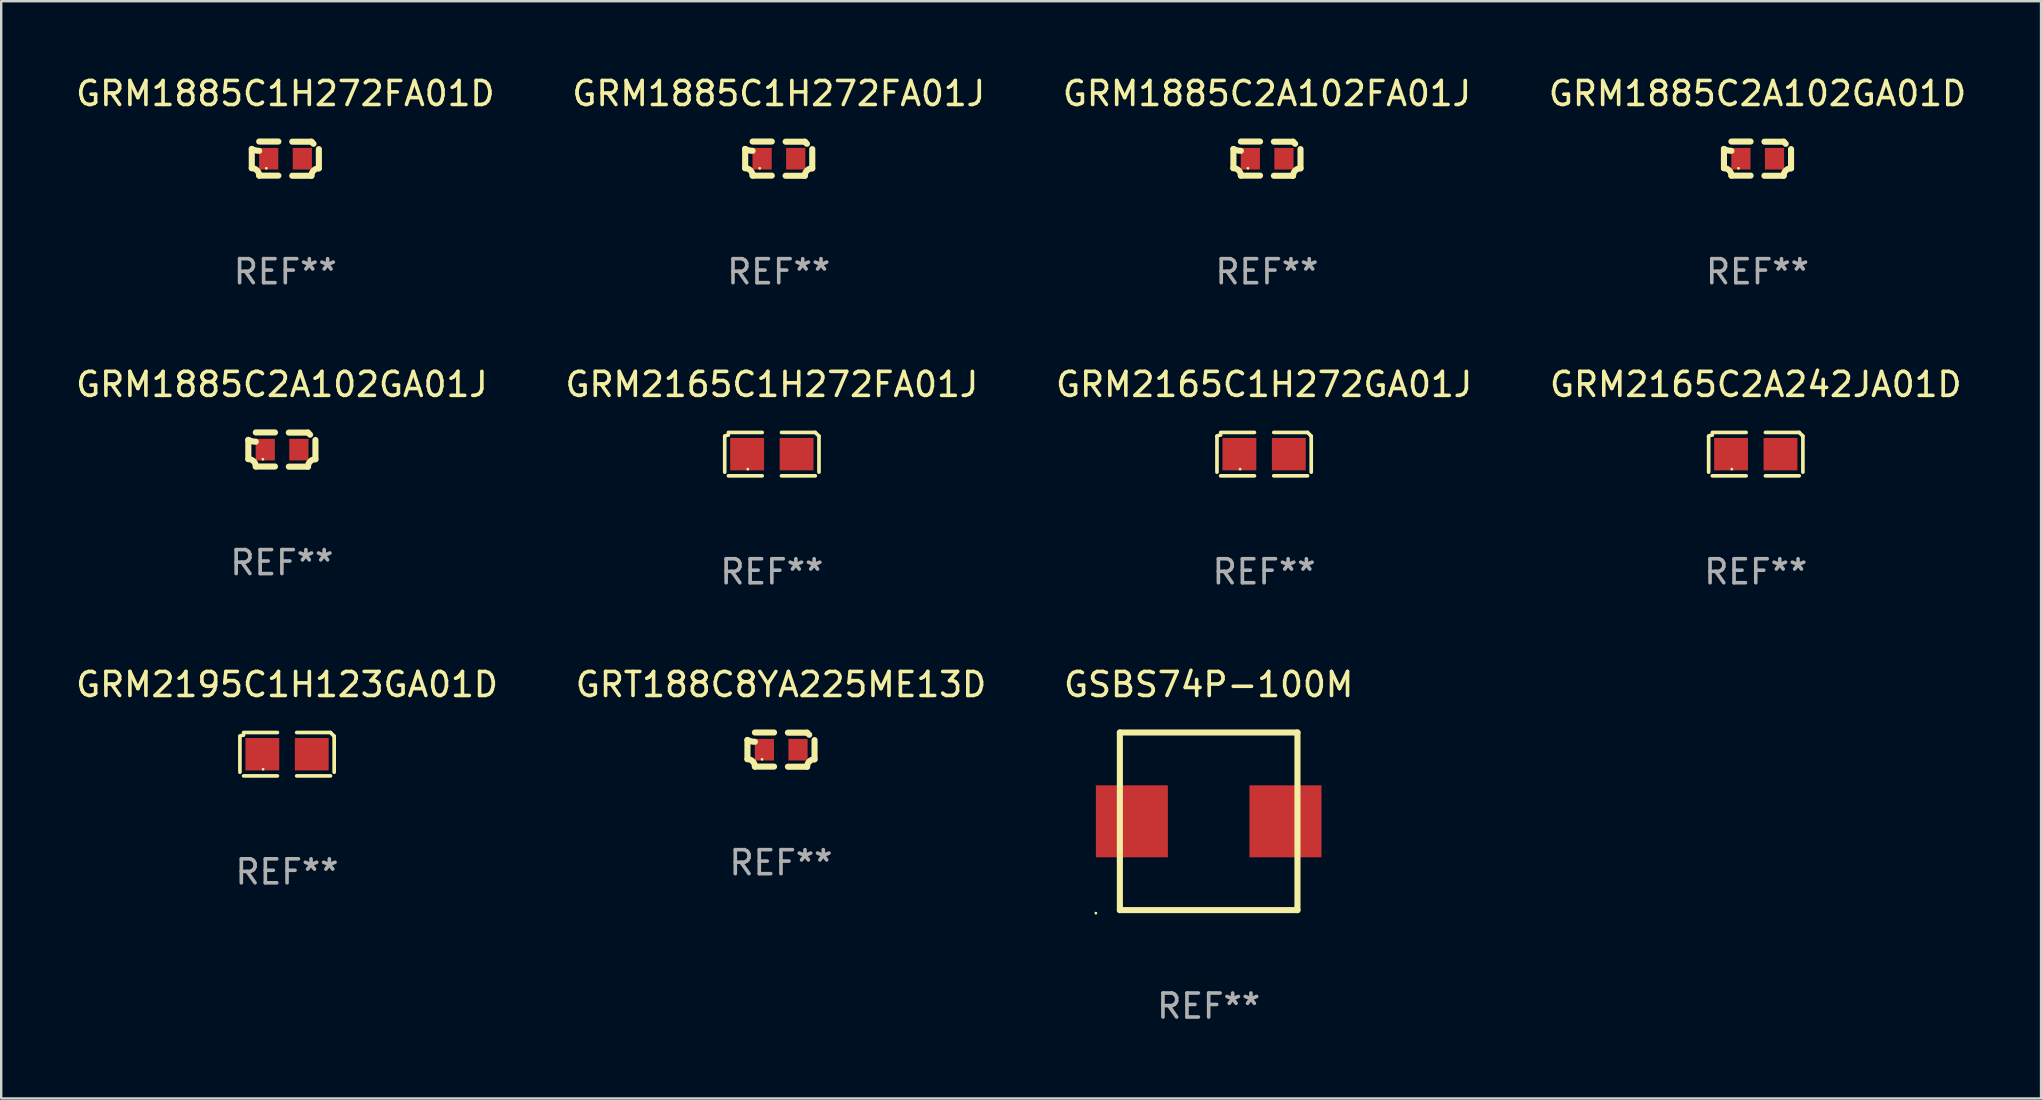
<source format=kicad_pcb>
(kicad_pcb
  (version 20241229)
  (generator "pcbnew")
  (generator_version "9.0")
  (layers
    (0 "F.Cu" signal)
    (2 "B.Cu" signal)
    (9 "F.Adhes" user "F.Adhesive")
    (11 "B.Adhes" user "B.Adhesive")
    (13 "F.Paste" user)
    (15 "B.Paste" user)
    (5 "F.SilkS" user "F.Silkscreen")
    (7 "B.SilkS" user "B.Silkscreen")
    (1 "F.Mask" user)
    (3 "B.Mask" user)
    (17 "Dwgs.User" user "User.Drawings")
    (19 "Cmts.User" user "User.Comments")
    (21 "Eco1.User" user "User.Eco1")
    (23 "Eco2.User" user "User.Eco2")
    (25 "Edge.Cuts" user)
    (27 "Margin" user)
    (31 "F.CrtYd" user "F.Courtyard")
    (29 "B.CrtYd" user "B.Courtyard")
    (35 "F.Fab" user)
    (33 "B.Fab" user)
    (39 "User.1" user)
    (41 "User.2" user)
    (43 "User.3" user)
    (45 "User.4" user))
  (footprint "GRM2165C1H272FA01J"
    (layer "F.Cu")
    (at 29.113 15.874)
    (property "Reference" "GRM2165C1H272FA01J" (at 0 -2.904 0) (layer "F.SilkS") (effects (font (size 1 1) (thickness 0.15))))
    (attr through_hole)
    (fp_line (start -1.964 0.751) (end -1.964 -0.751) (stroke (width 0.152) (type solid)) (layer "F.SilkS"))
    (fp_line (start -1.811 -0.904) (end -0.401 -0.904) (stroke (width 0.152) (type solid)) (layer "F.SilkS"))
    (fp_line (start -0.401 0.904) (end -1.811 0.904) (stroke (width 0.152) (type solid)) (layer "F.SilkS"))
    (fp_line (start 0.401 0.904) (end 1.811 0.904) (stroke (width 0.152) (type solid)) (layer "F.SilkS"))
    (fp_line (start 1.811 -0.904) (end 0.401 -0.904) (stroke (width 0.152) (type solid)) (layer "F.SilkS"))
    (fp_line (start 1.964 0.751) (end 1.964 -0.751) (stroke (width 0.152) (type solid)) (layer "F.SilkS"))
    (fp_arc (start -1.963602 -0.751207) (mid -1.890354 -0.783131) (end -1.811201 -0.794044) (stroke (width 0.1524) (type solid)) (layer "F.SilkS"))
    (fp_arc (start 1.811202 -0.903607) (mid 1.887413 -0.827418) (end 1.963602 -0.751207) (stroke (width 0.1524) (type solid)) (layer "F.SilkS"))
    (fp_circle (center -1 0.625) (end -0.97 0.625) (stroke (width 0.06) (type solid)) (fill no) (layer "F.SilkS"))
    (fp_text user "REF**" (at 0 4.904 0) (layer "F.Fab") (effects (font (size 1 1) (thickness 0.15))))
    (pad "1" smd rect (at -1.03 0) (size 1.41 1.35) (layers "F.Cu" "F.Mask" "F.Paste"))
    (pad "2" smd rect (at 1.03 0) (size 1.41 1.35) (layers "F.Cu" "F.Mask" "F.Paste")))
  (footprint "GRM1885C1H272FA01J"
    (layer "F.Cu")
    (at 29.399 3.561)
    (property "Reference" "GRM1885C1H272FA01J" (at 0 -2.713 0) (layer "F.SilkS") (effects (font (size 1 1) (thickness 0.15))))
    (attr through_hole)
    (fp_line (start -1.398 -0.403) (end -1.398 0.397) (stroke (width 0.254) (type solid)) (layer "F.SilkS"))
    (fp_line (start -0.288 -0.713) (end -1.088 -0.713) (stroke (width 0.254) (type solid)) (layer "F.SilkS"))
    (fp_line (start -0.288 0.707) (end -1.088 0.707) (stroke (width 0.254) (type solid)) (layer "F.SilkS"))
    (fp_line (start 0.288 -0.707) (end 1.088 -0.707) (stroke (width 0.254) (type solid)) (layer "F.SilkS"))
    (fp_line (start 0.288 0.713) (end 1.088 0.713) (stroke (width 0.254) (type solid)) (layer "F.SilkS"))
    (fp_line (start 1.398 -0.397) (end 1.398 0.403) (stroke (width 0.254) (type solid)) (layer "F.SilkS"))
    (fp_arc (start -1.397789 0.397066) (mid -1.178701 0.487826) (end -1.08796 0.706922) (stroke (width 0.254001) (type solid)) (layer "F.SilkS"))
    (fp_arc (start -1.08796 -0.327176) (mid -1.247436 -0.346384) (end -1.39779 -0.402908) (stroke (width 0.254001) (type solid)) (layer "F.SilkS"))
    (fp_arc (start 1.087909 0.712738) (mid 1.178656 0.493655) (end 1.397739 0.402908) (stroke (width 0.254001) (type solid)) (layer "F.SilkS"))
    (fp_arc (start 1.175925 -0.618926) (mid 1.131917 -0.662923) (end 1.08791 -0.706922) (stroke (width 0.254001) (type solid)) (layer "F.SilkS"))
    (fp_circle (center -0.792 0.403) (end -0.762 0.403) (stroke (width 0.06) (type solid)) (fill no) (layer "F.SilkS"))
    (fp_text user "REF**" (at 0 4.713 0) (layer "F.Fab") (effects (font (size 1 1) (thickness 0.15))))
    (pad "1" smd rect (at -0.692 0.003) (size 0.8 0.9) (layers "F.Cu" "F.Mask" "F.Paste"))
    (pad "2" smd rect (at 0.708 0.003) (size 0.8 0.9) (layers "F.Cu" "F.Mask" "F.Paste")))
  (footprint "GSBS74P-100M"
    (layer "F.Cu")
    (at 47.315 31.174)
    (property "Reference" "GSBS74P-100M" (at 0 -5.7 0) (layer "F.SilkS") (effects (font (size 1 1) (thickness 0.15))))
    (attr through_hole)
    (fp_line (start -3.7 -3.7) (end 3.7 -3.7) (stroke (width 0.254) (type solid)) (layer "F.SilkS"))
    (fp_line (start -3.7 3.7) (end -3.7 -3.7) (stroke (width 0.254) (type solid)) (layer "F.SilkS"))
    (fp_line (start -3.7 3.7) (end 3.7 3.7) (stroke (width 0.254) (type solid)) (layer "F.SilkS"))
    (fp_line (start 3.7 3.7) (end 3.7 -3.7) (stroke (width 0.254) (type solid)) (layer "F.SilkS"))
    (fp_circle (center -4.7 3.827) (end -4.67 3.827) (stroke (width 0.06) (type solid)) (fill no) (layer "F.SilkS"))
    (fp_text user "REF**" (at 0 7.7 0) (layer "F.Fab") (effects (font (size 1 1) (thickness 0.15))))
    (pad "1" smd rect (at -3.2 0) (size 3 3) (layers "F.Cu" "F.Mask" "F.Paste"))
    (pad "2" smd rect (at 3.2 0) (size 3 3) (layers "F.Cu" "F.Mask" "F.Paste")))
  (footprint "GRM1885C2A102GA01J"
    (layer "F.Cu")
    (at 8.696 15.683)
    (property "Reference" "GRM1885C2A102GA01J" (at 0 -2.713 0) (layer "F.SilkS") (effects (font (size 1 1) (thickness 0.15))))
    (attr through_hole)
    (fp_line (start -1.398 -0.403) (end -1.398 0.397) (stroke (width 0.254) (type solid)) (layer "F.SilkS"))
    (fp_line (start -0.288 -0.713) (end -1.088 -0.713) (stroke (width 0.254) (type solid)) (layer "F.SilkS"))
    (fp_line (start -0.288 0.707) (end -1.088 0.707) (stroke (width 0.254) (type solid)) (layer "F.SilkS"))
    (fp_line (start 0.288 -0.707) (end 1.088 -0.707) (stroke (width 0.254) (type solid)) (layer "F.SilkS"))
    (fp_line (start 0.288 0.713) (end 1.088 0.713) (stroke (width 0.254) (type solid)) (layer "F.SilkS"))
    (fp_line (start 1.398 -0.397) (end 1.398 0.403) (stroke (width 0.254) (type solid)) (layer "F.SilkS"))
    (fp_arc (start -1.397789 0.397066) (mid -1.178701 0.487826) (end -1.08796 0.706922) (stroke (width 0.254001) (type solid)) (layer "F.SilkS"))
    (fp_arc (start -1.08796 -0.327176) (mid -1.247436 -0.346384) (end -1.39779 -0.402908) (stroke (width 0.254001) (type solid)) (layer "F.SilkS"))
    (fp_arc (start 1.087909 0.712738) (mid 1.178656 0.493655) (end 1.397739 0.402908) (stroke (width 0.254001) (type solid)) (layer "F.SilkS"))
    (fp_arc (start 1.175925 -0.618926) (mid 1.131917 -0.662923) (end 1.08791 -0.706922) (stroke (width 0.254001) (type solid)) (layer "F.SilkS"))
    (fp_circle (center -0.792 0.403) (end -0.762 0.403) (stroke (width 0.06) (type solid)) (fill no) (layer "F.SilkS"))
    (fp_text user "REF**" (at 0 4.713 0) (layer "F.Fab") (effects (font (size 1 1) (thickness 0.15))))
    (pad "1" smd rect (at -0.692 0.003) (size 0.8 0.9) (layers "F.Cu" "F.Mask" "F.Paste"))
    (pad "2" smd rect (at 0.708 0.003) (size 0.8 0.9) (layers "F.Cu" "F.Mask" "F.Paste")))
  (footprint "GRM1885C1H272FA01D"
    (layer "F.Cu")
    (at 8.839 3.561)
    (property "Reference" "GRM1885C1H272FA01D" (at 0 -2.713 0) (layer "F.SilkS") (effects (font (size 1 1) (thickness 0.15))))
    (attr through_hole)
    (fp_line (start -1.398 -0.403) (end -1.398 0.397) (stroke (width 0.254) (type solid)) (layer "F.SilkS"))
    (fp_line (start -0.288 -0.713) (end -1.088 -0.713) (stroke (width 0.254) (type solid)) (layer "F.SilkS"))
    (fp_line (start -0.288 0.707) (end -1.088 0.707) (stroke (width 0.254) (type solid)) (layer "F.SilkS"))
    (fp_line (start 0.288 -0.707) (end 1.088 -0.707) (stroke (width 0.254) (type solid)) (layer "F.SilkS"))
    (fp_line (start 0.288 0.713) (end 1.088 0.713) (stroke (width 0.254) (type solid)) (layer "F.SilkS"))
    (fp_line (start 1.398 -0.397) (end 1.398 0.403) (stroke (width 0.254) (type solid)) (layer "F.SilkS"))
    (fp_arc (start -1.397789 0.397066) (mid -1.178701 0.487826) (end -1.08796 0.706922) (stroke (width 0.254001) (type solid)) (layer "F.SilkS"))
    (fp_arc (start -1.08796 -0.327176) (mid -1.247436 -0.346384) (end -1.39779 -0.402908) (stroke (width 0.254001) (type solid)) (layer "F.SilkS"))
    (fp_arc (start 1.087909 0.712738) (mid 1.178656 0.493655) (end 1.397739 0.402908) (stroke (width 0.254001) (type solid)) (layer "F.SilkS"))
    (fp_arc (start 1.175925 -0.618926) (mid 1.131917 -0.662923) (end 1.08791 -0.706922) (stroke (width 0.254001) (type solid)) (layer "F.SilkS"))
    (fp_circle (center -0.792 0.403) (end -0.762 0.403) (stroke (width 0.06) (type solid)) (fill no) (layer "F.SilkS"))
    (fp_text user "REF**" (at 0 4.713 0) (layer "F.Fab") (effects (font (size 1 1) (thickness 0.15))))
    (pad "1" smd rect (at -0.692 0.003) (size 0.8 0.9) (layers "F.Cu" "F.Mask" "F.Paste"))
    (pad "2" smd rect (at 0.708 0.003) (size 0.8 0.9) (layers "F.Cu" "F.Mask" "F.Paste")))
  (footprint "GRM1885C2A102GA01D"
    (layer "F.Cu")
    (at 70.185 3.561)
    (property "Reference" "GRM1885C2A102GA01D" (at 0 -2.713 0) (layer "F.SilkS") (effects (font (size 1 1) (thickness 0.15))))
    (attr through_hole)
    (fp_line (start -1.398 -0.403) (end -1.398 0.397) (stroke (width 0.254) (type solid)) (layer "F.SilkS"))
    (fp_line (start -0.288 -0.713) (end -1.088 -0.713) (stroke (width 0.254) (type solid)) (layer "F.SilkS"))
    (fp_line (start -0.288 0.707) (end -1.088 0.707) (stroke (width 0.254) (type solid)) (layer "F.SilkS"))
    (fp_line (start 0.288 -0.707) (end 1.088 -0.707) (stroke (width 0.254) (type solid)) (layer "F.SilkS"))
    (fp_line (start 0.288 0.713) (end 1.088 0.713) (stroke (width 0.254) (type solid)) (layer "F.SilkS"))
    (fp_line (start 1.398 -0.397) (end 1.398 0.403) (stroke (width 0.254) (type solid)) (layer "F.SilkS"))
    (fp_arc (start -1.397789 0.397066) (mid -1.178701 0.487826) (end -1.08796 0.706922) (stroke (width 0.254001) (type solid)) (layer "F.SilkS"))
    (fp_arc (start -1.08796 -0.327176) (mid -1.247436 -0.346384) (end -1.39779 -0.402908) (stroke (width 0.254001) (type solid)) (layer "F.SilkS"))
    (fp_arc (start 1.087909 0.712738) (mid 1.178656 0.493655) (end 1.397739 0.402908) (stroke (width 0.254001) (type solid)) (layer "F.SilkS"))
    (fp_arc (start 1.175925 -0.618926) (mid 1.131917 -0.662923) (end 1.08791 -0.706922) (stroke (width 0.254001) (type solid)) (layer "F.SilkS"))
    (fp_circle (center -0.792 0.403) (end -0.762 0.403) (stroke (width 0.06) (type solid)) (fill no) (layer "F.SilkS"))
    (fp_text user "REF**" (at 0 4.713 0) (layer "F.Fab") (effects (font (size 1 1) (thickness 0.15))))
    (pad "1" smd rect (at -0.692 0.003) (size 0.8 0.9) (layers "F.Cu" "F.Mask" "F.Paste"))
    (pad "2" smd rect (at 0.708 0.003) (size 0.8 0.9) (layers "F.Cu" "F.Mask" "F.Paste")))
  (footprint "GRM1885C2A102FA01J"
    (layer "F.Cu")
    (at 49.744 3.561)
    (property "Reference" "GRM1885C2A102FA01J" (at 0 -2.713 0) (layer "F.SilkS") (effects (font (size 1 1) (thickness 0.15))))
    (attr through_hole)
    (fp_line (start -1.398 -0.403) (end -1.398 0.397) (stroke (width 0.254) (type solid)) (layer "F.SilkS"))
    (fp_line (start -0.288 -0.713) (end -1.088 -0.713) (stroke (width 0.254) (type solid)) (layer "F.SilkS"))
    (fp_line (start -0.288 0.707) (end -1.088 0.707) (stroke (width 0.254) (type solid)) (layer "F.SilkS"))
    (fp_line (start 0.288 -0.707) (end 1.088 -0.707) (stroke (width 0.254) (type solid)) (layer "F.SilkS"))
    (fp_line (start 0.288 0.713) (end 1.088 0.713) (stroke (width 0.254) (type solid)) (layer "F.SilkS"))
    (fp_line (start 1.398 -0.397) (end 1.398 0.403) (stroke (width 0.254) (type solid)) (layer "F.SilkS"))
    (fp_arc (start -1.397789 0.397066) (mid -1.178701 0.487826) (end -1.08796 0.706922) (stroke (width 0.254001) (type solid)) (layer "F.SilkS"))
    (fp_arc (start -1.08796 -0.327176) (mid -1.247436 -0.346384) (end -1.39779 -0.402908) (stroke (width 0.254001) (type solid)) (layer "F.SilkS"))
    (fp_arc (start 1.087909 0.712738) (mid 1.178656 0.493655) (end 1.397739 0.402908) (stroke (width 0.254001) (type solid)) (layer "F.SilkS"))
    (fp_arc (start 1.175925 -0.618926) (mid 1.131917 -0.662923) (end 1.08791 -0.706922) (stroke (width 0.254001) (type solid)) (layer "F.SilkS"))
    (fp_circle (center -0.792 0.403) (end -0.762 0.403) (stroke (width 0.06) (type solid)) (fill no) (layer "F.SilkS"))
    (fp_text user "REF**" (at 0 4.713 0) (layer "F.Fab") (effects (font (size 1 1) (thickness 0.15))))
    (pad "1" smd rect (at -0.692 0.003) (size 0.8 0.9) (layers "F.Cu" "F.Mask" "F.Paste"))
    (pad "2" smd rect (at 0.708 0.003) (size 0.8 0.9) (layers "F.Cu" "F.Mask" "F.Paste")))
  (footprint "GRM2195C1H123GA01D"
    (layer "F.Cu")
    (at 8.911 28.378)
    (property "Reference" "GRM2195C1H123GA01D" (at 0 -2.904 0) (layer "F.SilkS") (effects (font (size 1 1) (thickness 0.15))))
    (attr through_hole)
    (fp_line (start -1.964 0.751) (end -1.964 -0.751) (stroke (width 0.152) (type solid)) (layer "F.SilkS"))
    (fp_line (start -1.811 -0.904) (end -0.401 -0.904) (stroke (width 0.152) (type solid)) (layer "F.SilkS"))
    (fp_line (start -0.401 0.904) (end -1.811 0.904) (stroke (width 0.152) (type solid)) (layer "F.SilkS"))
    (fp_line (start 0.401 0.904) (end 1.811 0.904) (stroke (width 0.152) (type solid)) (layer "F.SilkS"))
    (fp_line (start 1.811 -0.904) (end 0.401 -0.904) (stroke (width 0.152) (type solid)) (layer "F.SilkS"))
    (fp_line (start 1.964 0.751) (end 1.964 -0.751) (stroke (width 0.152) (type solid)) (layer "F.SilkS"))
    (fp_arc (start -1.963602 -0.751207) (mid -1.890354 -0.783131) (end -1.811201 -0.794044) (stroke (width 0.1524) (type solid)) (layer "F.SilkS"))
    (fp_arc (start 1.811202 -0.903607) (mid 1.887413 -0.827418) (end 1.963602 -0.751207) (stroke (width 0.1524) (type solid)) (layer "F.SilkS"))
    (fp_circle (center -1 0.625) (end -0.97 0.625) (stroke (width 0.06) (type solid)) (fill no) (layer "F.SilkS"))
    (fp_text user "REF**" (at 0 4.904 0) (layer "F.Fab") (effects (font (size 1 1) (thickness 0.15))))
    (pad "1" smd rect (at -1.03 0) (size 1.41 1.35) (layers "F.Cu" "F.Mask" "F.Paste"))
    (pad "2" smd rect (at 1.03 0) (size 1.41 1.35) (layers "F.Cu" "F.Mask" "F.Paste")))
  (footprint "GRT188C8YA225ME13D"
    (layer "F.Cu")
    (at 29.494 28.187)
    (property "Reference" "GRT188C8YA225ME13D" (at 0 -2.713 0) (layer "F.SilkS") (effects (font (size 1 1) (thickness 0.15))))
    (attr through_hole)
    (fp_line (start -1.398 -0.403) (end -1.398 0.397) (stroke (width 0.254) (type solid)) (layer "F.SilkS"))
    (fp_line (start -0.288 -0.713) (end -1.088 -0.713) (stroke (width 0.254) (type solid)) (layer "F.SilkS"))
    (fp_line (start -0.288 0.707) (end -1.088 0.707) (stroke (width 0.254) (type solid)) (layer "F.SilkS"))
    (fp_line (start 0.288 -0.707) (end 1.088 -0.707) (stroke (width 0.254) (type solid)) (layer "F.SilkS"))
    (fp_line (start 0.288 0.713) (end 1.088 0.713) (stroke (width 0.254) (type solid)) (layer "F.SilkS"))
    (fp_line (start 1.398 -0.397) (end 1.398 0.403) (stroke (width 0.254) (type solid)) (layer "F.SilkS"))
    (fp_arc (start -1.397789 0.397066) (mid -1.178701 0.487826) (end -1.08796 0.706922) (stroke (width 0.254001) (type solid)) (layer "F.SilkS"))
    (fp_arc (start -1.08796 -0.327176) (mid -1.247436 -0.346384) (end -1.39779 -0.402908) (stroke (width 0.254001) (type solid)) (layer "F.SilkS"))
    (fp_arc (start 1.087909 0.712738) (mid 1.178656 0.493655) (end 1.397739 0.402908) (stroke (width 0.254001) (type solid)) (layer "F.SilkS"))
    (fp_arc (start 1.175925 -0.618926) (mid 1.131917 -0.662923) (end 1.08791 -0.706922) (stroke (width 0.254001) (type solid)) (layer "F.SilkS"))
    (fp_circle (center -0.792 0.403) (end -0.762 0.403) (stroke (width 0.06) (type solid)) (fill no) (layer "F.SilkS"))
    (fp_text user "REF**" (at 0 4.713 0) (layer "F.Fab") (effects (font (size 1 1) (thickness 0.15))))
    (pad "1" smd rect (at -0.692 0.003) (size 0.8 0.9) (layers "F.Cu" "F.Mask" "F.Paste"))
    (pad "2" smd rect (at 0.708 0.003) (size 0.8 0.9) (layers "F.Cu" "F.Mask" "F.Paste")))
  (footprint "GRM2165C1H272GA01J"
    (layer "F.Cu")
    (at 49.625 15.874)
    (property "Reference" "GRM2165C1H272GA01J" (at 0 -2.904 0) (layer "F.SilkS") (effects (font (size 1 1) (thickness 0.15))))
    (attr through_hole)
    (fp_line (start -1.964 0.751) (end -1.964 -0.751) (stroke (width 0.152) (type solid)) (layer "F.SilkS"))
    (fp_line (start -1.811 -0.904) (end -0.401 -0.904) (stroke (width 0.152) (type solid)) (layer "F.SilkS"))
    (fp_line (start -0.401 0.904) (end -1.811 0.904) (stroke (width 0.152) (type solid)) (layer "F.SilkS"))
    (fp_line (start 0.401 0.904) (end 1.811 0.904) (stroke (width 0.152) (type solid)) (layer "F.SilkS"))
    (fp_line (start 1.811 -0.904) (end 0.401 -0.904) (stroke (width 0.152) (type solid)) (layer "F.SilkS"))
    (fp_line (start 1.964 0.751) (end 1.964 -0.751) (stroke (width 0.152) (type solid)) (layer "F.SilkS"))
    (fp_arc (start -1.963602 -0.751207) (mid -1.890354 -0.783131) (end -1.811201 -0.794044) (stroke (width 0.1524) (type solid)) (layer "F.SilkS"))
    (fp_arc (start 1.811202 -0.903607) (mid 1.887413 -0.827418) (end 1.963602 -0.751207) (stroke (width 0.1524) (type solid)) (layer "F.SilkS"))
    (fp_circle (center -1 0.625) (end -0.97 0.625) (stroke (width 0.06) (type solid)) (fill no) (layer "F.SilkS"))
    (fp_text user "REF**" (at 0 4.904 0) (layer "F.Fab") (effects (font (size 1 1) (thickness 0.15))))
    (pad "1" smd rect (at -1.03 0) (size 1.41 1.35) (layers "F.Cu" "F.Mask" "F.Paste"))
    (pad "2" smd rect (at 1.03 0) (size 1.41 1.35) (layers "F.Cu" "F.Mask" "F.Paste")))
  (footprint "GRM2165C2A242JA01D"
    (layer "F.Cu")
    (at 70.113 15.874)
    (property "Reference" "GRM2165C2A242JA01D" (at 0 -2.904 0) (layer "F.SilkS") (effects (font (size 1 1) (thickness 0.15))))
    (attr through_hole)
    (fp_line (start -1.964 0.751) (end -1.964 -0.751) (stroke (width 0.152) (type solid)) (layer "F.SilkS"))
    (fp_line (start -1.811 -0.904) (end -0.401 -0.904) (stroke (width 0.152) (type solid)) (layer "F.SilkS"))
    (fp_line (start -0.401 0.904) (end -1.811 0.904) (stroke (width 0.152) (type solid)) (layer "F.SilkS"))
    (fp_line (start 0.401 0.904) (end 1.811 0.904) (stroke (width 0.152) (type solid)) (layer "F.SilkS"))
    (fp_line (start 1.811 -0.904) (end 0.401 -0.904) (stroke (width 0.152) (type solid)) (layer "F.SilkS"))
    (fp_line (start 1.964 0.751) (end 1.964 -0.751) (stroke (width 0.152) (type solid)) (layer "F.SilkS"))
    (fp_arc (start -1.963602 -0.751207) (mid -1.890354 -0.783131) (end -1.811201 -0.794044) (stroke (width 0.1524) (type solid)) (layer "F.SilkS"))
    (fp_arc (start 1.811202 -0.903607) (mid 1.887413 -0.827418) (end 1.963602 -0.751207) (stroke (width 0.1524) (type solid)) (layer "F.SilkS"))
    (fp_circle (center -1 0.625) (end -0.97 0.625) (stroke (width 0.06) (type solid)) (fill no) (layer "F.SilkS"))
    (fp_text user "REF**" (at 0 4.904 0) (layer "F.Fab") (effects (font (size 1 1) (thickness 0.15))))
    (pad "1" smd rect (at -1.03 0) (size 1.41 1.35) (layers "F.Cu" "F.Mask" "F.Paste"))
    (pad "2" smd rect (at 1.03 0) (size 1.41 1.35) (layers "F.Cu" "F.Mask" "F.Paste")))
  (gr_rect
    (start -3 -3)
    (end 82 42.722)
    (stroke (width 0.1) (type default))
    (fill no)
    (layer "Edge.Cuts")))
</source>
